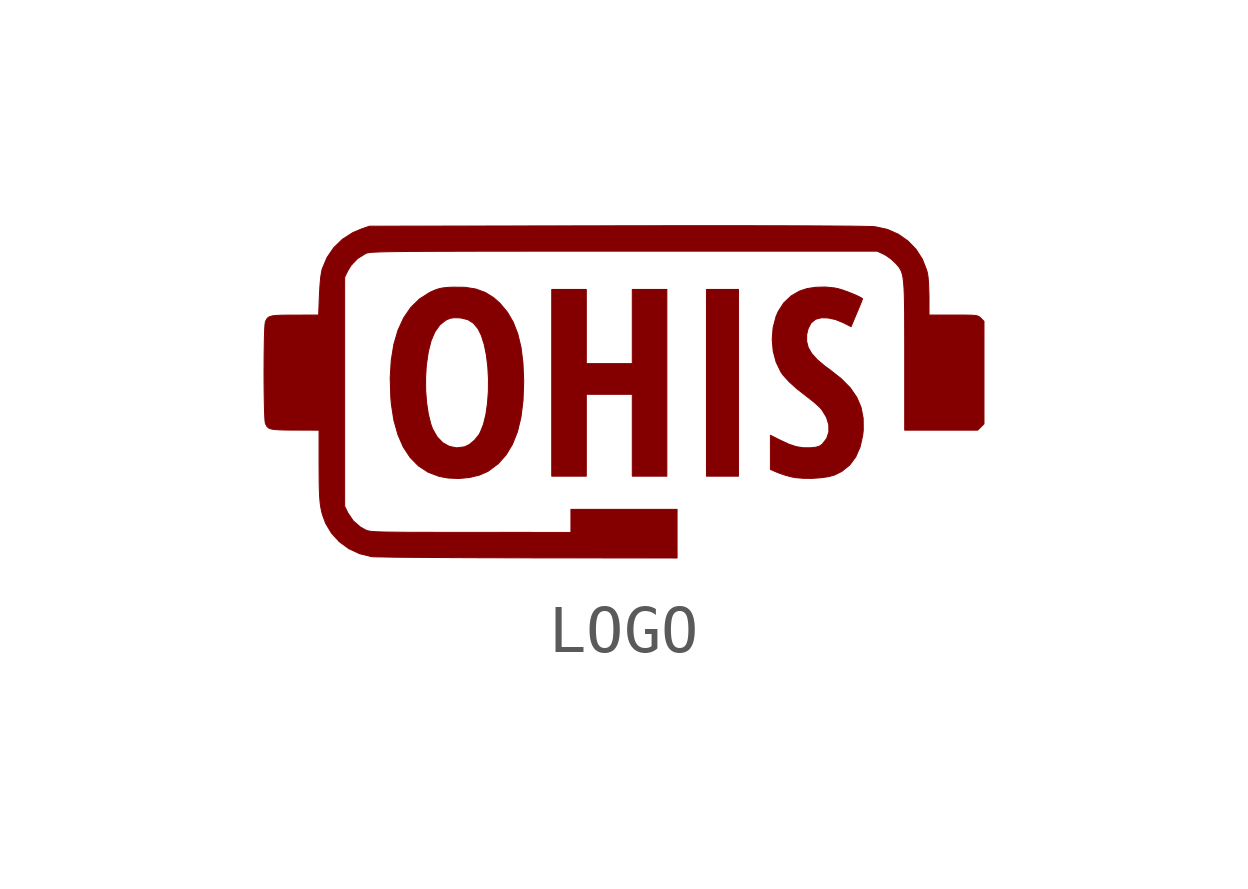
<source format=kicad_sym>
(kicad_symbol_lib
  (version 20220914)
  (generator bitmap2component)
  (symbol "LOGO"
    (pin_names
      (offset 1.016))
    (property "Reference" "#G"
      (at 0 2.83 0)
      (effects (font (size 1.27 1.27)) hide))
    (symbol "LOGO_0_0"
      (polyline (pts (xy 1.119 -2.959) (xy 1.119 -2.452) (xy 0.013 -2.452) (xy -1.093 -2.452) (xy -1.093 -2.692) (xy -1.093 -2.932) (xy -3.178 -2.931) (xy -3.348 -2.931) (xy -3.71 -2.931) (xy -4.024 -2.93) (xy -4.294 -2.93) (xy -4.522 -2.929) (xy -4.714 -2.927) (xy -4.872 -2.925) (xy -5.001 -2.923) (xy -5.103 -2.92) (xy -5.183 -2.916) (xy -5.244 -2.911) (xy -5.29 -2.905) (xy -5.324 -2.898) (xy -5.35 -2.89) (xy -5.372 -2.881) (xy -5.483 -2.819) (xy -5.632 -2.689) (xy -5.742 -2.526) (xy -5.81 -2.388) (xy -5.81 0) (xy -5.81 2.388) (xy -5.742 2.526) (xy -5.676 2.634) (xy -5.54 2.777) (xy -5.372 2.881) (xy -5.367 2.884) (xy -5.351 2.889) (xy -5.332 2.895) (xy -5.306 2.899) (xy -5.271 2.904) (xy -5.225 2.908) (xy -5.166 2.911) (xy -5.092 2.914) (xy -5 2.917) (xy -4.888 2.919) (xy -4.754 2.921) (xy -4.595 2.923) (xy -4.41 2.925) (xy -4.197 2.926) (xy -3.952 2.927) (xy -3.674 2.928) (xy -3.361 2.929) (xy -3.01 2.93) (xy -2.619 2.93) (xy -2.186 2.93) (xy -1.708 2.931) (xy -1.184 2.931) (xy -0.611 2.931) (xy 0.013 2.931) (xy 5.29 2.931) (xy 5.424 2.869) (xy 5.481 2.837) (xy 5.582 2.765) (xy 5.668 2.685) (xy 5.672 2.681) (xy 5.711 2.639) (xy 5.744 2.599) (xy 5.771 2.557) (xy 5.795 2.508) (xy 5.813 2.45) (xy 5.829 2.376) (xy 5.84 2.283) (xy 5.849 2.167) (xy 5.855 2.024) (xy 5.859 1.848) (xy 5.862 1.637) (xy 5.863 1.384) (xy 5.864 1.087) (xy 5.864 0.741) (xy 5.864 -0.8) (xy 6.624 -0.8) (xy 7.385 -0.8) (xy 7.451 -0.734) (xy 7.516 -0.669) (xy 7.516 0.4) (xy 7.516 1.468) (xy 7.451 1.534) (xy 7.438 1.546) (xy 7.415 1.565) (xy 7.385 1.579) (xy 7.343 1.589) (xy 7.278 1.595) (xy 7.185 1.598) (xy 7.054 1.599) (xy 6.878 1.599) (xy 6.37 1.599) (xy 6.37 1.958) (xy 6.37 1.968) (xy 6.367 2.116) (xy 6.361 2.257) (xy 6.352 2.376) (xy 6.341 2.457) (xy 6.322 2.534) (xy 6.232 2.764) (xy 6.099 2.97) (xy 5.929 3.145) (xy 5.728 3.285) (xy 5.5 3.385) (xy 5.25 3.439) (xy 5.204 3.443) (xy 5.101 3.446) (xy 4.944 3.449) (xy 4.736 3.452) (xy 4.476 3.454) (xy 4.164 3.456) (xy 3.801 3.458) (xy 3.388 3.459) (xy 2.925 3.46) (xy 2.411 3.461) (xy 1.848 3.461) (xy 1.236 3.461) (xy 0.576 3.46) (xy -0.133 3.459) (xy -5.291 3.451) (xy -5.457 3.394) (xy -5.638 3.318) (xy -5.855 3.179) (xy -6.036 3.004) (xy -6.178 2.796) (xy -6.277 2.559) (xy -6.286 2.522) (xy -6.308 2.394) (xy -6.324 2.22) (xy -6.336 2.006) (xy -6.351 1.599) (xy -6.847 1.598) (xy -6.953 1.598) (xy -7.115 1.596) (xy -7.235 1.591) (xy -7.32 1.581) (xy -7.378 1.563) (xy -7.416 1.538) (xy -7.441 1.503) (xy -7.462 1.455) (xy -7.464 1.447) (xy -7.471 1.387) (xy -7.477 1.283) (xy -7.482 1.143) (xy -7.485 0.974) (xy -7.488 0.783) (xy -7.489 0.579) (xy -7.49 0.369) (xy -7.489 0.16) (xy -7.487 -0.041) (xy -7.484 -0.226) (xy -7.48 -0.387) (xy -7.475 -0.518) (xy -7.469 -0.61) (xy -7.462 -0.656) (xy -7.45 -0.684) (xy -7.428 -0.724) (xy -7.396 -0.754) (xy -7.348 -0.774) (xy -7.276 -0.787) (xy -7.173 -0.794) (xy -7.031 -0.798) (xy -6.843 -0.799) (xy -6.343 -0.8) (xy -6.343 -1.459) (xy -6.343 -1.464) (xy -6.342 -1.71) (xy -6.34 -1.91) (xy -6.336 -2.071) (xy -6.33 -2.201) (xy -6.321 -2.308) (xy -6.309 -2.398) (xy -6.293 -2.479) (xy -6.273 -2.559) (xy -6.207 -2.74) (xy -6.083 -2.947) (xy -5.92 -3.126) (xy -5.724 -3.27) (xy -5.499 -3.375) (xy -5.251 -3.436) (xy -5.235 -3.438) (xy -5.165 -3.441) (xy -5.046 -3.443) (xy -4.884 -3.446) (xy -4.68 -3.449) (xy -4.438 -3.451) (xy -4.163 -3.453) (xy -3.857 -3.455) (xy -3.524 -3.457) (xy -3.167 -3.459) (xy -2.791 -3.46) (xy -2.398 -3.461) (xy -1.992 -3.462) (xy 1.119 -3.465) (xy 1.119 -2.959)) (stroke (width 0.01) (type default)) (fill (type outline)))
      (polyline (pts (xy -3.211 -1.788) (xy -3.003 -1.738) (xy -2.827 -1.661) (xy -2.808 -1.649) (xy -2.611 -1.502) (xy -2.446 -1.318) (xy -2.312 -1.096) (xy -2.208 -0.834) (xy -2.135 -0.532) (xy -2.092 -0.188) (xy -2.078 0.2) (xy -2.078 0.238) (xy -2.093 0.602) (xy -2.133 0.923) (xy -2.2 1.204) (xy -2.295 1.449) (xy -2.419 1.661) (xy -2.573 1.845) (xy -2.703 1.96) (xy -2.879 2.07) (xy -3.075 2.141) (xy -3.299 2.177) (xy -3.56 2.18) (xy -3.653 2.175) (xy -3.76 2.165) (xy -3.846 2.147) (xy -3.929 2.119) (xy -4.028 2.074) (xy -4.042 2.067) (xy -4.25 1.934) (xy -4.43 1.758) (xy -4.579 1.541) (xy -4.697 1.284) (xy -4.784 0.989) (xy -4.838 0.657) (xy -4.86 0.29) (xy -4.123 0.29) (xy -4.107 0.552) (xy -4.066 0.833) (xy -4.007 1.066) (xy -3.926 1.253) (xy -3.826 1.393) (xy -3.704 1.49) (xy -3.689 1.498) (xy -3.614 1.53) (xy -3.535 1.543) (xy -3.428 1.541) (xy -3.382 1.537) (xy -3.237 1.501) (xy -3.122 1.426) (xy -3.026 1.308) (xy -2.961 1.176) (xy -2.901 0.988) (xy -2.856 0.767) (xy -2.826 0.524) (xy -2.812 0.268) (xy -2.814 0.01) (xy -2.832 -0.241) (xy -2.866 -0.474) (xy -2.916 -0.679) (xy -2.983 -0.847) (xy -3.014 -0.901) (xy -3.103 -1.009) (xy -3.205 -1.096) (xy -3.307 -1.147) (xy -3.31 -1.148) (xy -3.474 -1.169) (xy -3.628 -1.139) (xy -3.765 -1.062) (xy -3.883 -0.939) (xy -3.977 -0.774) (xy -4.014 -0.672) (xy -4.065 -0.468) (xy -4.101 -0.232) (xy -4.121 0.025) (xy -4.123 0.29) (xy -4.86 0.29) (xy -4.86 0.29) (xy -4.848 -0.111) (xy -4.837 -0.25) (xy -4.784 -0.592) (xy -4.7 -0.894) (xy -4.586 -1.154) (xy -4.442 -1.372) (xy -4.269 -1.547) (xy -4.068 -1.678) (xy -3.838 -1.764) (xy -3.662 -1.797) (xy -3.436 -1.808) (xy -3.211 -1.788)) (stroke (width 0.01) (type default)) (fill (type outline)))
      (polyline (pts (xy 4.114 -1.793) (xy 4.275 -1.77) (xy 4.402 -1.735) (xy 4.554 -1.659) (xy 4.717 -1.528) (xy 4.844 -1.357) (xy 4.935 -1.148) (xy 4.989 -0.903) (xy 5 -0.798) (xy 4.998 -0.551) (xy 4.954 -0.325) (xy 4.864 -0.115) (xy 4.727 0.084) (xy 4.54 0.273) (xy 4.303 0.459) (xy 4.203 0.531) (xy 4.041 0.668) (xy 3.925 0.797) (xy 3.852 0.924) (xy 3.819 1.054) (xy 3.821 1.193) (xy 3.848 1.31) (xy 3.91 1.431) (xy 4.003 1.509) (xy 4.009 1.512) (xy 4.124 1.542) (xy 4.266 1.539) (xy 4.422 1.505) (xy 4.579 1.442) (xy 4.746 1.357) (xy 4.788 1.458) (xy 4.819 1.532) (xy 4.862 1.635) (xy 4.907 1.742) (xy 4.913 1.756) (xy 4.949 1.843) (xy 4.974 1.908) (xy 4.984 1.937) (xy 4.98 1.943) (xy 4.94 1.968) (xy 4.867 2.004) (xy 4.772 2.045) (xy 4.667 2.086) (xy 4.565 2.122) (xy 4.478 2.148) (xy 4.401 2.164) (xy 4.21 2.183) (xy 4.013 2.178) (xy 3.828 2.15) (xy 3.672 2.099) (xy 3.499 1.999) (xy 3.343 1.852) (xy 3.226 1.67) (xy 3.182 1.567) (xy 3.121 1.335) (xy 3.102 1.091) (xy 3.123 0.848) (xy 3.184 0.617) (xy 3.285 0.41) (xy 3.333 0.343) (xy 3.456 0.208) (xy 3.621 0.059) (xy 3.825 -0.1) (xy 3.874 -0.137) (xy 3.974 -0.217) (xy 4.059 -0.292) (xy 4.115 -0.348) (xy 4.142 -0.381) (xy 4.235 -0.535) (xy 4.282 -0.689) (xy 4.283 -0.838) (xy 4.238 -0.974) (xy 4.147 -1.091) (xy 4.141 -1.097) (xy 4.084 -1.135) (xy 4.011 -1.156) (xy 3.904 -1.168) (xy 3.896 -1.168) (xy 3.746 -1.167) (xy 3.602 -1.144) (xy 3.449 -1.093) (xy 3.272 -1.011) (xy 3.065 -0.907) (xy 3.065 -1.263) (xy 3.065 -1.619) (xy 3.202 -1.678) (xy 3.263 -1.702) (xy 3.385 -1.743) (xy 3.502 -1.774) (xy 3.587 -1.79) (xy 3.752 -1.804) (xy 3.934 -1.805) (xy 4.114 -1.793)) (stroke (width 0.01) (type default)) (fill (type outline)))
      (polyline (pts (xy -0.773 -0.906) (xy -0.773 -0.053) (xy -0.293 -0.053) (xy 0.186 -0.053) (xy 0.186 -0.906) (xy 0.186 -1.759) (xy 0.546 -1.759) (xy 0.906 -1.759) (xy 0.906 0.187) (xy 0.906 2.132) (xy 0.546 2.132) (xy 0.186 2.132) (xy 0.186 1.359) (xy 0.186 0.586) (xy -0.293 0.586) (xy -0.773 0.586) (xy -0.773 1.359) (xy -0.773 2.132) (xy -1.133 2.132) (xy -1.493 2.132) (xy -1.493 0.187) (xy -1.493 -1.759) (xy -1.133 -1.759) (xy -0.773 -1.759) (xy -0.773 -0.906)) (stroke (width 0.01) (type default)) (fill (type outline)))
      (polyline (pts (xy 2.399 0.187) (xy 2.399 2.132) (xy 2.066 2.132) (xy 1.732 2.132) (xy 1.732 0.187) (xy 1.732 -1.759) (xy 2.066 -1.759) (xy 2.399 -1.759) (xy 2.399 0.187)) (stroke (width 0.01) (type default)) (fill (type outline))))))
</source>
